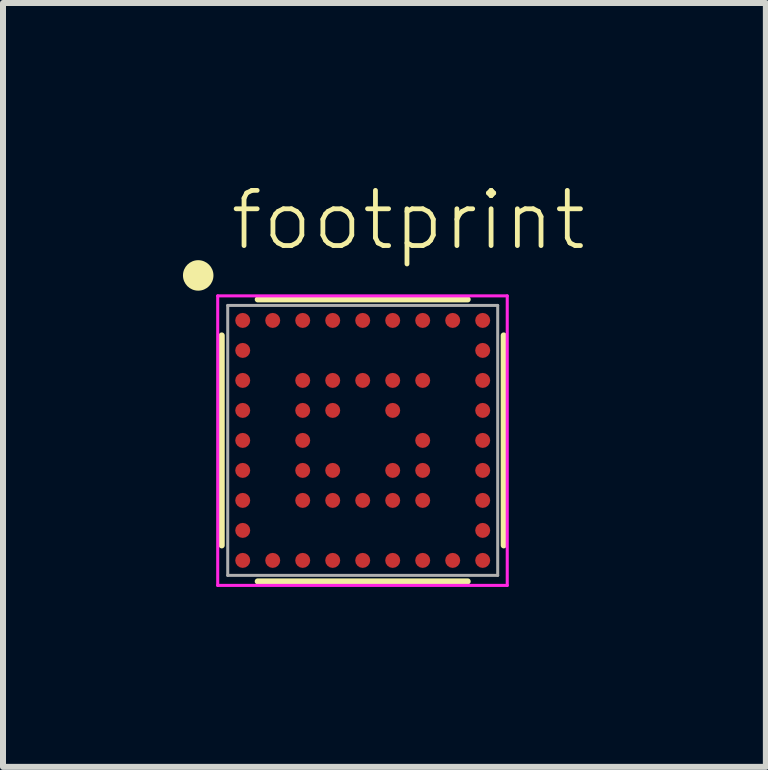
<source format=kicad_pcb>
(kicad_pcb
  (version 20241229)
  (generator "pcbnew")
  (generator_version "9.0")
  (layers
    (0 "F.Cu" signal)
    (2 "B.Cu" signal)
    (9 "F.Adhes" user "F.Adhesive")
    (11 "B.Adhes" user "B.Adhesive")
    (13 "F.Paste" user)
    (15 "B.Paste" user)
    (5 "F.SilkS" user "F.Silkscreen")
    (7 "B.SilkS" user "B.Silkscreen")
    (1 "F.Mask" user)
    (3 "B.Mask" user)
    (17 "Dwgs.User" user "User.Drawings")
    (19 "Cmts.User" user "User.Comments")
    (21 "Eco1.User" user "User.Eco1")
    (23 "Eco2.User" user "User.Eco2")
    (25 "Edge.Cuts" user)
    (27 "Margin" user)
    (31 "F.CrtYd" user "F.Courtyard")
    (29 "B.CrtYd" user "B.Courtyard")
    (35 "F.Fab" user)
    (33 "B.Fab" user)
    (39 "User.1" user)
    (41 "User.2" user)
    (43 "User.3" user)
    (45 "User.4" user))
  (footprint "footprint"
    (layer "F.Cu")
    (at 2.992 4.295)
    (property "Reference" "footprint" (at -2.246 -3.135 0) (layer "F.SilkS") (effects (font (size 0.92 0.92) (thickness 0.08)) (justify left bottom)))
    (fp_circle (center -1.998 -1.504) (end -1.923 -1.504) (stroke (width 0.15) (type solid)) (fill yes) (layer "F.Mask"))
    (fp_circle (center -1.998 -1.004) (end -1.923 -1.004) (stroke (width 0.15) (type solid)) (fill yes) (layer "F.Mask"))
    (fp_circle (center -1.998 -0.504) (end -1.923 -0.504) (stroke (width 0.15) (type solid)) (fill yes) (layer "F.Mask"))
    (fp_circle (center -1.998 -0.004) (end -1.923 -0.004) (stroke (width 0.15) (type solid)) (fill yes) (layer "F.Mask"))
    (fp_circle (center -1.998 0.496) (end -1.923 0.496) (stroke (width 0.15) (type solid)) (fill yes) (layer "F.Mask"))
    (fp_circle (center -1.998 0.996) (end -1.923 0.996) (stroke (width 0.15) (type solid)) (fill yes) (layer "F.Mask"))
    (fp_circle (center -1.998 1.496) (end -1.923 1.496) (stroke (width 0.15) (type solid)) (fill yes) (layer "F.Mask"))
    (fp_circle (center -1.996 -2.006) (end -1.921 -2.006) (stroke (width 0.15) (type solid)) (fill yes) (layer "F.Mask"))
    (fp_circle (center -1.996 1.994) (end -1.921 1.994) (stroke (width 0.15) (type solid)) (fill yes) (layer "F.Mask"))
    (fp_circle (center -1.496 -2.006) (end -1.421 -2.006) (stroke (width 0.15) (type solid)) (fill yes) (layer "F.Mask"))
    (fp_circle (center -1.496 1.994) (end -1.421 1.994) (stroke (width 0.15) (type solid)) (fill yes) (layer "F.Mask"))
    (fp_circle (center -0.998 -0.004) (end -0.923 -0.004) (stroke (width 0.15) (type solid)) (fill yes) (layer "F.Mask"))
    (fp_circle (center -0.997 -0.505) (end -0.922 -0.505) (stroke (width 0.15) (type solid)) (fill yes) (layer "F.Mask"))
    (fp_circle (center -0.997 0.997) (end -0.922 0.997) (stroke (width 0.15) (type solid)) (fill yes) (layer "F.Mask"))
    (fp_circle (center -0.997 -2.006) (end -0.921 -2.006) (stroke (width 0.15) (type solid)) (fill yes) (layer "F.Mask"))
    (fp_circle (center -0.997 1.994) (end -0.921 1.994) (stroke (width 0.15) (type solid)) (fill yes) (layer "F.Mask"))
    (fp_circle (center -0.995 0.498) (end -0.92 0.498) (stroke (width 0.15) (type solid)) (fill yes) (layer "F.Mask"))
    (fp_circle (center -0.995 -1.004) (end -0.92 -1.004) (stroke (width 0.15) (type solid)) (fill yes) (layer "F.Mask"))
    (fp_circle (center -0.499 -0.503) (end -0.424 -0.503) (stroke (width 0.15) (type solid)) (fill yes) (layer "F.Mask"))
    (fp_circle (center -0.496 -2.006) (end -0.421 -2.006) (stroke (width 0.15) (type solid)) (fill yes) (layer "F.Mask"))
    (fp_circle (center -0.496 1.994) (end -0.421 1.994) (stroke (width 0.15) (type solid)) (fill yes) (layer "F.Mask"))
    (fp_circle (center -0.496 0.997) (end -0.421 0.997) (stroke (width 0.15) (type solid)) (fill yes) (layer "F.Mask"))
    (fp_circle (center -0.495 0.499) (end -0.42 0.499) (stroke (width 0.15) (type solid)) (fill yes) (layer "F.Mask"))
    (fp_circle (center -0.495 -1.004) (end -0.42 -1.004) (stroke (width 0.15) (type solid)) (fill yes) (layer "F.Mask"))
    (fp_circle (center 0.003 0.997) (end 0.078 0.997) (stroke (width 0.15) (type solid)) (fill yes) (layer "F.Mask"))
    (fp_circle (center 0.004 -2.006) (end 0.079 -2.006) (stroke (width 0.15) (type solid)) (fill yes) (layer "F.Mask"))
    (fp_circle (center 0.004 1.994) (end 0.079 1.994) (stroke (width 0.15) (type solid)) (fill yes) (layer "F.Mask"))
    (fp_circle (center 0.005 -1.004) (end 0.08 -1.004) (stroke (width 0.15) (type solid)) (fill yes) (layer "F.Mask"))
    (fp_circle (center 0.501 -0.505) (end 0.576 -0.505) (stroke (width 0.15) (type solid)) (fill yes) (layer "F.Mask"))
    (fp_circle (center 0.502 0.997) (end 0.577 0.997) (stroke (width 0.15) (type solid)) (fill yes) (layer "F.Mask"))
    (fp_circle (center 0.503 -2.006) (end 0.579 -2.006) (stroke (width 0.15) (type solid)) (fill yes) (layer "F.Mask"))
    (fp_circle (center 0.503 1.994) (end 0.579 1.994) (stroke (width 0.15) (type solid)) (fill yes) (layer "F.Mask"))
    (fp_circle (center 0.504 0.499) (end 0.579 0.499) (stroke (width 0.15) (type solid)) (fill yes) (layer "F.Mask"))
    (fp_circle (center 0.505 -1.004) (end 0.58 -1.004) (stroke (width 0.15) (type solid)) (fill yes) (layer "F.Mask"))
    (fp_circle (center 1.002 -0.003) (end 1.077 -0.003) (stroke (width 0.15) (type solid)) (fill yes) (layer "F.Mask"))
    (fp_circle (center 1.002 0.5) (end 1.077 0.5) (stroke (width 0.15) (type solid)) (fill yes) (layer "F.Mask"))
    (fp_circle (center 1.003 0.998) (end 1.078 0.998) (stroke (width 0.15) (type solid)) (fill yes) (layer "F.Mask"))
    (fp_circle (center 1.004 -2.006) (end 1.079 -2.006) (stroke (width 0.15) (type solid)) (fill yes) (layer "F.Mask"))
    (fp_circle (center 1.004 1.994) (end 1.079 1.994) (stroke (width 0.15) (type solid)) (fill yes) (layer "F.Mask"))
    (fp_circle (center 1.005 -1.004) (end 1.08 -1.004) (stroke (width 0.15) (type solid)) (fill yes) (layer "F.Mask"))
    (fp_circle (center 1.504 -2.006) (end 1.579 -2.006) (stroke (width 0.15) (type solid)) (fill yes) (layer "F.Mask"))
    (fp_circle (center 1.504 1.994) (end 1.579 1.994) (stroke (width 0.15) (type solid)) (fill yes) (layer "F.Mask"))
    (fp_circle (center 2.003 -2.006) (end 2.079 -2.006) (stroke (width 0.15) (type solid)) (fill yes) (layer "F.Mask"))
    (fp_circle (center 2.003 -1.502) (end 2.079 -1.502) (stroke (width 0.15) (type solid)) (fill yes) (layer "F.Mask"))
    (fp_circle (center 2.003 -1.002) (end 2.079 -1.002) (stroke (width 0.15) (type solid)) (fill yes) (layer "F.Mask"))
    (fp_circle (center 2.003 -0.502) (end 2.079 -0.502) (stroke (width 0.15) (type solid)) (fill yes) (layer "F.Mask"))
    (fp_circle (center 2.003 -0.002) (end 2.079 -0.002) (stroke (width 0.15) (type solid)) (fill yes) (layer "F.Mask"))
    (fp_circle (center 2.003 0.498) (end 2.079 0.498) (stroke (width 0.15) (type solid)) (fill yes) (layer "F.Mask"))
    (fp_circle (center 2.003 0.998) (end 2.079 0.998) (stroke (width 0.15) (type solid)) (fill yes) (layer "F.Mask"))
    (fp_circle (center 2.003 1.498) (end 2.079 1.498) (stroke (width 0.15) (type solid)) (fill yes) (layer "F.Mask"))
    (fp_circle (center 2.003 1.994) (end 2.079 1.994) (stroke (width 0.15) (type solid)) (fill yes) (layer "F.Mask"))
    (fp_line (start -2.346 1.746) (end -2.346 -1.754) (stroke (width 0.1) (type solid)) (layer "F.SilkS"))
    (fp_line (start -1.746 -2.354) (end 1.754 -2.354) (stroke (width 0.1) (type solid)) (layer "F.SilkS"))
    (fp_line (start -1.746 2.346) (end 1.754 2.346) (stroke (width 0.1) (type solid)) (layer "F.SilkS"))
    (fp_line (start 2.354 1.746) (end 2.354 -1.754) (stroke (width 0.1) (type solid)) (layer "F.SilkS"))
    (fp_circle (center -2.738 -2.754) (end -2.611 -2.754) (stroke (width 0.254) (type solid)) (fill yes) (layer "F.SilkS"))
    (fp_line (start -2.413 -2.413) (end -2.413 2.413) (stroke (width 0.051) (type solid)) (layer "F.CrtYd"))
    (fp_line (start -2.413 2.413) (end 2.413 2.413) (stroke (width 0.051) (type solid)) (layer "F.CrtYd"))
    (fp_line (start 2.413 -2.413) (end -2.413 -2.413) (stroke (width 0.051) (type solid)) (layer "F.CrtYd"))
    (fp_line (start 2.413 2.413) (end 2.413 -2.413) (stroke (width 0.051) (type solid)) (layer "F.CrtYd"))
    (fp_line (start -2.246 -2.254) (end -2.246 2.246) (stroke (width 0.05) (type solid)) (layer "F.Fab"))
    (fp_line (start -2.246 2.246) (end 2.254 2.246) (stroke (width 0.05) (type solid)) (layer "F.Fab"))
    (fp_line (start 2.254 -2.254) (end -2.246 -2.254) (stroke (width 0.05) (type solid)) (layer "F.Fab"))
    (fp_line (start 2.254 2.246) (end 2.254 -2.254) (stroke (width 0.05) (type solid)) (layer "F.Fab"))
    (pad "1" smd roundrect (at -1.996 -2.004) (size 0.25 0.25) (layers "F.Cu" "F.Paste") (roundrect_rratio 0.5))
    (pad "2" smd roundrect (at -1.496 -2.004) (size 0.25 0.25) (layers "F.Cu" "F.Paste") (roundrect_rratio 0.5))
    (pad "3" smd roundrect (at -0.996 -2.004) (size 0.25 0.25) (layers "F.Cu" "F.Paste") (roundrect_rratio 0.5))
    (pad "4" smd roundrect (at -0.496 -2.004) (size 0.25 0.25) (layers "F.Cu" "F.Paste") (roundrect_rratio 0.5))
    (pad "5" smd roundrect (at 0.004 -2.004) (size 0.25 0.25) (layers "F.Cu" "F.Paste") (roundrect_rratio 0.5))
    (pad "6" smd roundrect (at 0.504 -2.004) (size 0.25 0.25) (layers "F.Cu" "F.Paste") (roundrect_rratio 0.5))
    (pad "7" smd roundrect (at 1.004 -2.004) (size 0.25 0.25) (layers "F.Cu" "F.Paste") (roundrect_rratio 0.5))
    (pad "8" smd roundrect (at 1.504 -2.004) (size 0.25 0.25) (layers "F.Cu" "F.Paste") (roundrect_rratio 0.5))
    (pad "9" smd roundrect (at 2.004 -2.004) (size 0.25 0.25) (layers "F.Cu" "F.Paste") (roundrect_rratio 0.5))
    (pad "10" smd roundrect (at 2.004 -1.504) (size 0.25 0.25) (layers "F.Cu" "F.Paste") (roundrect_rratio 0.5))
    (pad "11" smd roundrect (at 2.004 -1.004) (size 0.25 0.25) (layers "F.Cu" "F.Paste") (roundrect_rratio 0.5))
    (pad "12" smd roundrect (at 2.004 -0.504) (size 0.25 0.25) (layers "F.Cu" "F.Paste") (roundrect_rratio 0.5))
    (pad "13" smd roundrect (at 2.004 -0.004) (size 0.25 0.25) (layers "F.Cu" "F.Paste") (roundrect_rratio 0.5))
    (pad "14" smd roundrect (at 2.004 0.496) (size 0.25 0.25) (layers "F.Cu" "F.Paste") (roundrect_rratio 0.5))
    (pad "15" smd roundrect (at 2.004 0.996) (size 0.25 0.25) (layers "F.Cu" "F.Paste") (roundrect_rratio 0.5))
    (pad "16" smd roundrect (at 2.004 1.496) (size 0.25 0.25) (layers "F.Cu" "F.Paste") (roundrect_rratio 0.5))
    (pad "17" smd roundrect (at 2.004 1.996) (size 0.25 0.25) (layers "F.Cu" "F.Paste") (roundrect_rratio 0.5))
    (pad "18" smd roundrect (at 1.504 1.996) (size 0.25 0.25) (layers "F.Cu" "F.Paste") (roundrect_rratio 0.5))
    (pad "19" smd roundrect (at 1.004 1.996) (size 0.25 0.25) (layers "F.Cu" "F.Paste") (roundrect_rratio 0.5))
    (pad "20" smd roundrect (at 0.504 1.996) (size 0.25 0.25) (layers "F.Cu" "F.Paste") (roundrect_rratio 0.5))
    (pad "21" smd roundrect (at 0.004 1.996) (size 0.25 0.25) (layers "F.Cu" "F.Paste") (roundrect_rratio 0.5))
    (pad "22" smd roundrect (at -0.496 1.996) (size 0.25 0.25) (layers "F.Cu" "F.Paste") (roundrect_rratio 0.5))
    (pad "23" smd roundrect (at -0.996 1.996) (size 0.25 0.25) (layers "F.Cu" "F.Paste") (roundrect_rratio 0.5))
    (pad "24" smd roundrect (at -1.496 1.996) (size 0.25 0.25) (layers "F.Cu" "F.Paste") (roundrect_rratio 0.5))
    (pad "25" smd roundrect (at -1.996 1.996) (size 0.25 0.25) (layers "F.Cu" "F.Paste") (roundrect_rratio 0.5))
    (pad "26" smd roundrect (at -1.996 1.496) (size 0.25 0.25) (layers "F.Cu" "F.Paste") (roundrect_rratio 0.5))
    (pad "27" smd roundrect (at -1.996 0.996) (size 0.25 0.25) (layers "F.Cu" "F.Paste") (roundrect_rratio 0.5))
    (pad "28" smd roundrect (at -1.996 0.496) (size 0.25 0.25) (layers "F.Cu" "F.Paste") (roundrect_rratio 0.5))
    (pad "29" smd roundrect (at -1.996 -0.004) (size 0.25 0.25) (layers "F.Cu" "F.Paste") (roundrect_rratio 0.5))
    (pad "30" smd roundrect (at -1.996 -0.504) (size 0.25 0.25) (layers "F.Cu" "F.Paste") (roundrect_rratio 0.5))
    (pad "31" smd roundrect (at -1.996 -1.004) (size 0.25 0.25) (layers "F.Cu" "F.Paste") (roundrect_rratio 0.5))
    (pad "32" smd roundrect (at -1.996 -1.504) (size 0.25 0.25) (layers "F.Cu" "F.Paste") (roundrect_rratio 0.5))
    (pad "33" smd roundrect (at -0.996 -1.004) (size 0.25 0.25) (layers "F.Cu" "F.Paste") (roundrect_rratio 0.5))
    (pad "34" smd roundrect (at -0.496 -1.004) (size 0.25 0.25) (layers "F.Cu" "F.Paste") (roundrect_rratio 0.5))
    (pad "35" smd roundrect (at 0.004 -1.004) (size 0.25 0.25) (layers "F.Cu" "F.Paste") (roundrect_rratio 0.5))
    (pad "36" smd roundrect (at 0.504 -1.004) (size 0.25 0.25) (layers "F.Cu" "F.Paste") (roundrect_rratio 0.5))
    (pad "37" smd roundrect (at 1.004 -1.004) (size 0.25 0.25) (layers "F.Cu" "F.Paste") (roundrect_rratio 0.5))
    (pad "38" smd roundrect (at 1.004 -0.004) (size 0.25 0.25) (layers "F.Cu" "F.Paste") (roundrect_rratio 0.5))
    (pad "39" smd roundrect (at 1.004 0.496) (size 0.25 0.25) (layers "F.Cu" "F.Paste") (roundrect_rratio 0.5))
    (pad "40" smd roundrect (at 1.004 0.996) (size 0.25 0.25) (layers "F.Cu" "F.Paste") (roundrect_rratio 0.5))
    (pad "41" smd roundrect (at 0.504 0.996) (size 0.25 0.25) (layers "F.Cu" "F.Paste") (roundrect_rratio 0.5))
    (pad "42" smd roundrect (at 0.004 0.996) (size 0.25 0.25) (layers "F.Cu" "F.Paste") (roundrect_rratio 0.5))
    (pad "43" smd roundrect (at -0.496 0.996) (size 0.25 0.25) (layers "F.Cu" "F.Paste") (roundrect_rratio 0.5))
    (pad "44" smd roundrect (at -0.996 0.996) (size 0.25 0.25) (layers "F.Cu" "F.Paste") (roundrect_rratio 0.5))
    (pad "45" smd roundrect (at -0.996 0.496) (size 0.25 0.25) (layers "F.Cu" "F.Paste") (roundrect_rratio 0.5))
    (pad "46" smd roundrect (at -0.996 -0.004) (size 0.25 0.25) (layers "F.Cu" "F.Paste") (roundrect_rratio 0.5))
    (pad "47" smd roundrect (at -0.996 -0.504) (size 0.25 0.25) (layers "F.Cu" "F.Paste") (roundrect_rratio 0.5))
    (pad "48" smd roundrect (at -0.496 -0.504) (size 0.25 0.25) (layers "F.Cu" "F.Paste") (roundrect_rratio 0.5))
    (pad "49" smd roundrect (at 0.504 -0.504) (size 0.25 0.25) (layers "F.Cu" "F.Paste") (roundrect_rratio 0.5))
    (pad "50" smd roundrect (at 0.504 0.496) (size 0.25 0.25) (layers "F.Cu" "F.Paste") (roundrect_rratio 0.5))
    (pad "51" smd roundrect (at -0.496 0.496) (size 0.25 0.25) (layers "F.Cu" "F.Paste") (roundrect_rratio 0.5)))
  (gr_rect
    (start -3 -3)
    (end 9.716 9.733)
    (stroke (width 0.1) (type default))
    (fill no)
    (layer "Edge.Cuts")))
</source>
